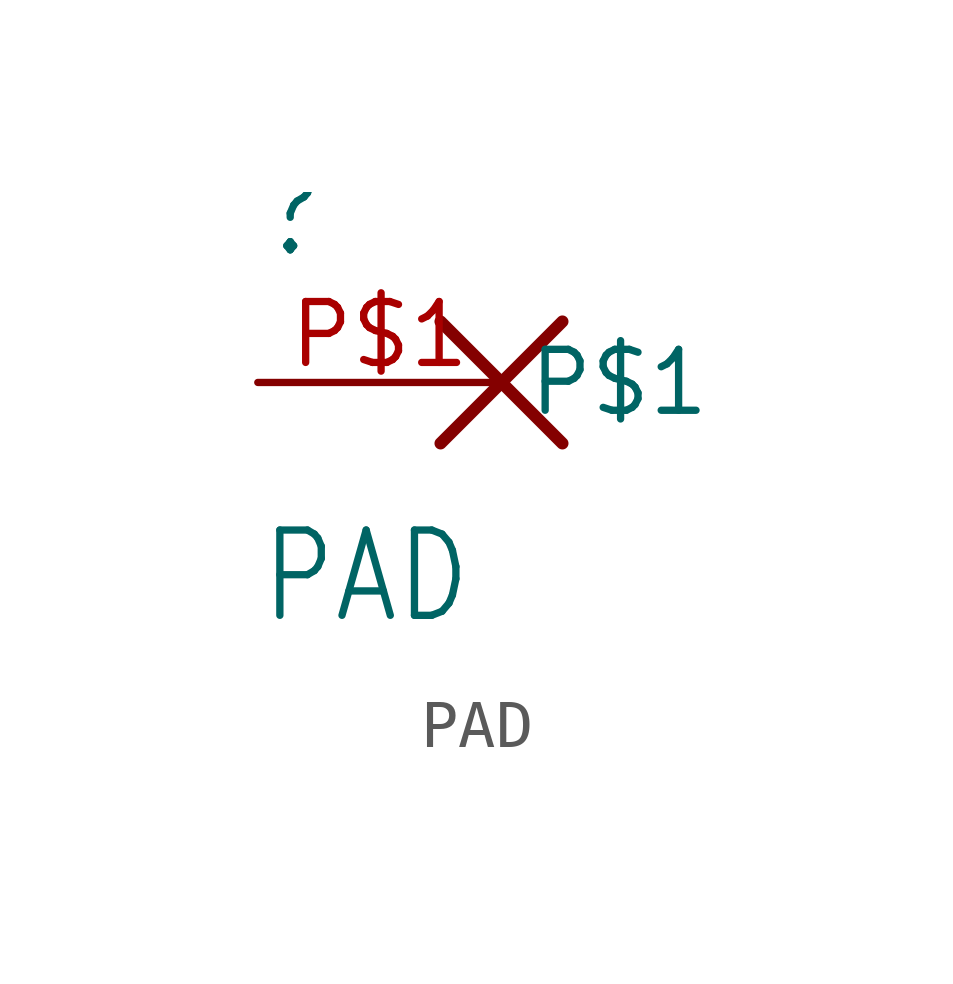
<source format=kicad_sym>
(kicad_symbol_lib
  (version 20211014)
  (generator kicad_symbol_editor)
  (symbol "PAD"
    (property "Reference" ""
      (at -2.54 2.54 0)
      (effects (font (size 1.778 1.511)) (justify left bottom)))
    (property "Value" "PAD"
      (at -2.54 -5.08 0)
      (effects (font (size 1.778 1.511)) (justify left bottom)))
    (property "ki_locked" ""
      (at 0 0 0)
      (effects (font (size 1.27 1.27))))
    (symbol "PAD_1_0"
      (polyline (pts (xy 1.27 -1.27) (xy 3.81 1.27)) (stroke (width 0.254) (type default) (color 0 0 0 0)) (fill (type none)))
      (polyline (pts (xy 1.27 1.27) (xy 3.81 -1.27)) (stroke (width 0.254) (type default) (color 0 0 0 0)) (fill (type none)))
      (pin bidirectional line (at -2.54 0 0) (length 5.08) (name "P$1" (effects (font (size 1.27 1.27)))) (number "P$1" (effects (font (size 1.27 1.27))))))))
</source>
